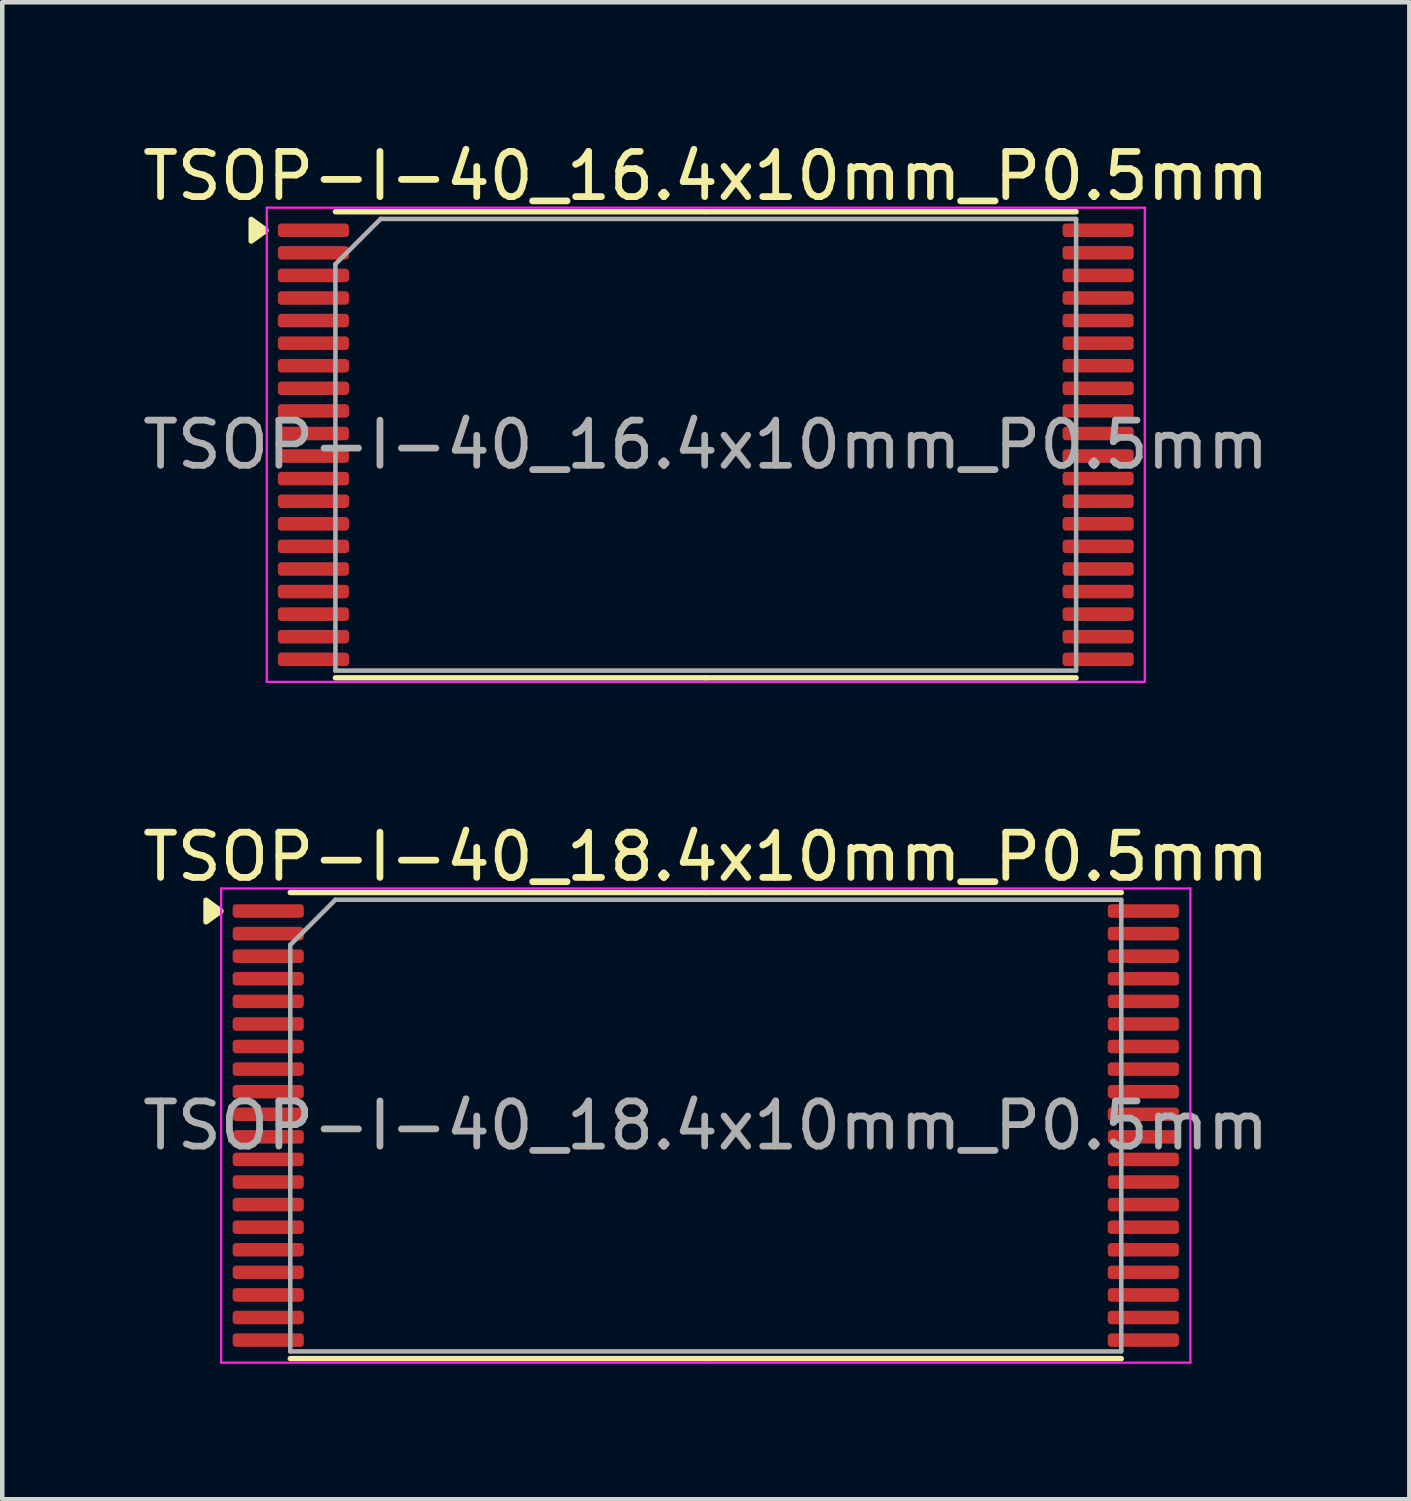
<source format=kicad_pcb>
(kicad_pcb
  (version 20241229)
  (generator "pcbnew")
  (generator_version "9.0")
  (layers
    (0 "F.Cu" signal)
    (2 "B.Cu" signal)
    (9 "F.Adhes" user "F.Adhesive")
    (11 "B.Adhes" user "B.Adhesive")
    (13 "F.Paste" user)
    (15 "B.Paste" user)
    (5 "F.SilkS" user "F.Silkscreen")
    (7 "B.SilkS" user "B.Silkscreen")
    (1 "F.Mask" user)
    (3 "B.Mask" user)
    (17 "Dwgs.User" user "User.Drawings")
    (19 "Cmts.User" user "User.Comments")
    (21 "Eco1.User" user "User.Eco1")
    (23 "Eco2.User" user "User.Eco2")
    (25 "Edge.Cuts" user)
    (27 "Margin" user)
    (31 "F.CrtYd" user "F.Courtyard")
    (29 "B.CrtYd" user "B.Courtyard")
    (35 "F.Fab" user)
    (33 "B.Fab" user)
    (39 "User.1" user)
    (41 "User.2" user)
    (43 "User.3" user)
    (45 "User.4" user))
  (footprint "TSOP-I-40_16.4x10mm_P0.5mm"
    (layer "F.Cu")
    (at 12.577 6.798)
    (property "Reference" "TSOP-I-40_16.4x10mm_P0.5mm" (at 0 -5.95 0) (layer "F.SilkS") (effects (font (size 1 1) (thickness 0.15))))
    (attr smd)
    (fp_line (start 0 -5.16) (end -8.2 -5.16) (stroke (width 0.12) (type solid)) (layer "F.SilkS"))
    (fp_line (start 0 -5.16) (end 8.2 -5.16) (stroke (width 0.12) (type solid)) (layer "F.SilkS"))
    (fp_line (start 0 5.16) (end -8.2 5.16) (stroke (width 0.12) (type solid)) (layer "F.SilkS"))
    (fp_line (start 0 5.16) (end 8.2 5.16) (stroke (width 0.12) (type solid)) (layer "F.SilkS"))
    (fp_poly (pts (xy -9.735 -4.75) (xy -10.065 -4.51) (xy -10.065 -4.99) (xy -9.735 -4.75)) (stroke (width 0.12) (type solid)) (fill yes) (layer "F.SilkS"))
    (fp_line (start -9.72 -5.25) (end -9.72 5.25) (stroke (width 0.05) (type solid)) (layer "F.CrtYd"))
    (fp_line (start -9.72 5.25) (end 9.72 5.25) (stroke (width 0.05) (type solid)) (layer "F.CrtYd"))
    (fp_line (start 9.72 -5.25) (end -9.72 -5.25) (stroke (width 0.05) (type solid)) (layer "F.CrtYd"))
    (fp_line (start 9.72 5.25) (end 9.72 -5.25) (stroke (width 0.05) (type solid)) (layer "F.CrtYd"))
    (fp_line (start -8.2 -4) (end -7.2 -5) (stroke (width 0.1) (type solid)) (layer "F.Fab"))
    (fp_line (start -8.2 5) (end -8.2 -4) (stroke (width 0.1) (type solid)) (layer "F.Fab"))
    (fp_line (start -7.2 -5) (end 8.2 -5) (stroke (width 0.1) (type solid)) (layer "F.Fab"))
    (fp_line (start 8.2 -5) (end 8.2 5) (stroke (width 0.1) (type solid)) (layer "F.Fab"))
    (fp_line (start 8.2 5) (end -8.2 5) (stroke (width 0.1) (type solid)) (layer "F.Fab"))
    (fp_text user "${REFERENCE}" (at 0 0 0) (layer "F.Fab") (effects (font (size 1 1) (thickness 0.15))))
    (pad "1" smd roundrect (at -8.688 -4.75) (size 1.575 0.3) (layers "F.Cu" "F.Mask" "F.Paste") (roundrect_rratio 0.25))
    (pad "2" smd roundrect (at -8.688 -4.25) (size 1.575 0.3) (layers "F.Cu" "F.Mask" "F.Paste") (roundrect_rratio 0.25))
    (pad "3" smd roundrect (at -8.688 -3.75) (size 1.575 0.3) (layers "F.Cu" "F.Mask" "F.Paste") (roundrect_rratio 0.25))
    (pad "4" smd roundrect (at -8.688 -3.25) (size 1.575 0.3) (layers "F.Cu" "F.Mask" "F.Paste") (roundrect_rratio 0.25))
    (pad "5" smd roundrect (at -8.688 -2.75) (size 1.575 0.3) (layers "F.Cu" "F.Mask" "F.Paste") (roundrect_rratio 0.25))
    (pad "6" smd roundrect (at -8.688 -2.25) (size 1.575 0.3) (layers "F.Cu" "F.Mask" "F.Paste") (roundrect_rratio 0.25))
    (pad "7" smd roundrect (at -8.688 -1.75) (size 1.575 0.3) (layers "F.Cu" "F.Mask" "F.Paste") (roundrect_rratio 0.25))
    (pad "8" smd roundrect (at -8.688 -1.25) (size 1.575 0.3) (layers "F.Cu" "F.Mask" "F.Paste") (roundrect_rratio 0.25))
    (pad "9" smd roundrect (at -8.688 -0.75) (size 1.575 0.3) (layers "F.Cu" "F.Mask" "F.Paste") (roundrect_rratio 0.25))
    (pad "10" smd roundrect (at -8.688 -0.25) (size 1.575 0.3) (layers "F.Cu" "F.Mask" "F.Paste") (roundrect_rratio 0.25))
    (pad "11" smd roundrect (at -8.688 0.25) (size 1.575 0.3) (layers "F.Cu" "F.Mask" "F.Paste") (roundrect_rratio 0.25))
    (pad "12" smd roundrect (at -8.688 0.75) (size 1.575 0.3) (layers "F.Cu" "F.Mask" "F.Paste") (roundrect_rratio 0.25))
    (pad "13" smd roundrect (at -8.688 1.25) (size 1.575 0.3) (layers "F.Cu" "F.Mask" "F.Paste") (roundrect_rratio 0.25))
    (pad "14" smd roundrect (at -8.688 1.75) (size 1.575 0.3) (layers "F.Cu" "F.Mask" "F.Paste") (roundrect_rratio 0.25))
    (pad "15" smd roundrect (at -8.688 2.25) (size 1.575 0.3) (layers "F.Cu" "F.Mask" "F.Paste") (roundrect_rratio 0.25))
    (pad "16" smd roundrect (at -8.688 2.75) (size 1.575 0.3) (layers "F.Cu" "F.Mask" "F.Paste") (roundrect_rratio 0.25))
    (pad "17" smd roundrect (at -8.688 3.25) (size 1.575 0.3) (layers "F.Cu" "F.Mask" "F.Paste") (roundrect_rratio 0.25))
    (pad "18" smd roundrect (at -8.688 3.75) (size 1.575 0.3) (layers "F.Cu" "F.Mask" "F.Paste") (roundrect_rratio 0.25))
    (pad "19" smd roundrect (at -8.688 4.25) (size 1.575 0.3) (layers "F.Cu" "F.Mask" "F.Paste") (roundrect_rratio 0.25))
    (pad "20" smd roundrect (at -8.688 4.75) (size 1.575 0.3) (layers "F.Cu" "F.Mask" "F.Paste") (roundrect_rratio 0.25))
    (pad "21" smd roundrect (at 8.688 4.75) (size 1.575 0.3) (layers "F.Cu" "F.Mask" "F.Paste") (roundrect_rratio 0.25))
    (pad "22" smd roundrect (at 8.688 4.25) (size 1.575 0.3) (layers "F.Cu" "F.Mask" "F.Paste") (roundrect_rratio 0.25))
    (pad "23" smd roundrect (at 8.688 3.75) (size 1.575 0.3) (layers "F.Cu" "F.Mask" "F.Paste") (roundrect_rratio 0.25))
    (pad "24" smd roundrect (at 8.688 3.25) (size 1.575 0.3) (layers "F.Cu" "F.Mask" "F.Paste") (roundrect_rratio 0.25))
    (pad "25" smd roundrect (at 8.688 2.75) (size 1.575 0.3) (layers "F.Cu" "F.Mask" "F.Paste") (roundrect_rratio 0.25))
    (pad "26" smd roundrect (at 8.688 2.25) (size 1.575 0.3) (layers "F.Cu" "F.Mask" "F.Paste") (roundrect_rratio 0.25))
    (pad "27" smd roundrect (at 8.688 1.75) (size 1.575 0.3) (layers "F.Cu" "F.Mask" "F.Paste") (roundrect_rratio 0.25))
    (pad "28" smd roundrect (at 8.688 1.25) (size 1.575 0.3) (layers "F.Cu" "F.Mask" "F.Paste") (roundrect_rratio 0.25))
    (pad "29" smd roundrect (at 8.688 0.75) (size 1.575 0.3) (layers "F.Cu" "F.Mask" "F.Paste") (roundrect_rratio 0.25))
    (pad "30" smd roundrect (at 8.688 0.25) (size 1.575 0.3) (layers "F.Cu" "F.Mask" "F.Paste") (roundrect_rratio 0.25))
    (pad "31" smd roundrect (at 8.688 -0.25) (size 1.575 0.3) (layers "F.Cu" "F.Mask" "F.Paste") (roundrect_rratio 0.25))
    (pad "32" smd roundrect (at 8.688 -0.75) (size 1.575 0.3) (layers "F.Cu" "F.Mask" "F.Paste") (roundrect_rratio 0.25))
    (pad "33" smd roundrect (at 8.688 -1.25) (size 1.575 0.3) (layers "F.Cu" "F.Mask" "F.Paste") (roundrect_rratio 0.25))
    (pad "34" smd roundrect (at 8.688 -1.75) (size 1.575 0.3) (layers "F.Cu" "F.Mask" "F.Paste") (roundrect_rratio 0.25))
    (pad "35" smd roundrect (at 8.688 -2.25) (size 1.575 0.3) (layers "F.Cu" "F.Mask" "F.Paste") (roundrect_rratio 0.25))
    (pad "36" smd roundrect (at 8.688 -2.75) (size 1.575 0.3) (layers "F.Cu" "F.Mask" "F.Paste") (roundrect_rratio 0.25))
    (pad "37" smd roundrect (at 8.688 -3.25) (size 1.575 0.3) (layers "F.Cu" "F.Mask" "F.Paste") (roundrect_rratio 0.25))
    (pad "38" smd roundrect (at 8.688 -3.75) (size 1.575 0.3) (layers "F.Cu" "F.Mask" "F.Paste") (roundrect_rratio 0.25))
    (pad "39" smd roundrect (at 8.688 -4.25) (size 1.575 0.3) (layers "F.Cu" "F.Mask" "F.Paste") (roundrect_rratio 0.25))
    (pad "40" smd roundrect (at 8.688 -4.75) (size 1.575 0.3) (layers "F.Cu" "F.Mask" "F.Paste") (roundrect_rratio 0.25)))
  (footprint "TSOP-I-40_18.4x10mm_P0.5mm"
    (layer "F.Cu")
    (at 12.577 21.872)
    (property "Reference" "TSOP-I-40_18.4x10mm_P0.5mm" (at 0 -5.95 0) (layer "F.SilkS") (effects (font (size 1 1) (thickness 0.15))))
    (attr smd)
    (fp_line (start 0 -5.16) (end -9.2 -5.16) (stroke (width 0.12) (type solid)) (layer "F.SilkS"))
    (fp_line (start 0 -5.16) (end 9.2 -5.16) (stroke (width 0.12) (type solid)) (layer "F.SilkS"))
    (fp_line (start 0 5.16) (end -9.2 5.16) (stroke (width 0.12) (type solid)) (layer "F.SilkS"))
    (fp_line (start 0 5.16) (end 9.2 5.16) (stroke (width 0.12) (type solid)) (layer "F.SilkS"))
    (fp_poly (pts (xy -10.735 -4.75) (xy -11.065 -4.51) (xy -11.065 -4.99) (xy -10.735 -4.75)) (stroke (width 0.12) (type solid)) (fill yes) (layer "F.SilkS"))
    (fp_line (start -10.73 -5.25) (end -10.73 5.25) (stroke (width 0.05) (type solid)) (layer "F.CrtYd"))
    (fp_line (start -10.73 5.25) (end 10.73 5.25) (stroke (width 0.05) (type solid)) (layer "F.CrtYd"))
    (fp_line (start 10.73 -5.25) (end -10.73 -5.25) (stroke (width 0.05) (type solid)) (layer "F.CrtYd"))
    (fp_line (start 10.73 5.25) (end 10.73 -5.25) (stroke (width 0.05) (type solid)) (layer "F.CrtYd"))
    (fp_line (start -9.2 -4) (end -8.2 -5) (stroke (width 0.1) (type solid)) (layer "F.Fab"))
    (fp_line (start -9.2 5) (end -9.2 -4) (stroke (width 0.1) (type solid)) (layer "F.Fab"))
    (fp_line (start -8.2 -5) (end 9.2 -5) (stroke (width 0.1) (type solid)) (layer "F.Fab"))
    (fp_line (start 9.2 -5) (end 9.2 5) (stroke (width 0.1) (type solid)) (layer "F.Fab"))
    (fp_line (start 9.2 5) (end -9.2 5) (stroke (width 0.1) (type solid)) (layer "F.Fab"))
    (fp_text user "${REFERENCE}" (at 0 0 0) (layer "F.Fab") (effects (font (size 1 1) (thickness 0.15))))
    (pad "1" smd roundrect (at -9.688 -4.75) (size 1.575 0.3) (layers "F.Cu" "F.Mask" "F.Paste") (roundrect_rratio 0.25))
    (pad "2" smd roundrect (at -9.688 -4.25) (size 1.575 0.3) (layers "F.Cu" "F.Mask" "F.Paste") (roundrect_rratio 0.25))
    (pad "3" smd roundrect (at -9.688 -3.75) (size 1.575 0.3) (layers "F.Cu" "F.Mask" "F.Paste") (roundrect_rratio 0.25))
    (pad "4" smd roundrect (at -9.688 -3.25) (size 1.575 0.3) (layers "F.Cu" "F.Mask" "F.Paste") (roundrect_rratio 0.25))
    (pad "5" smd roundrect (at -9.688 -2.75) (size 1.575 0.3) (layers "F.Cu" "F.Mask" "F.Paste") (roundrect_rratio 0.25))
    (pad "6" smd roundrect (at -9.688 -2.25) (size 1.575 0.3) (layers "F.Cu" "F.Mask" "F.Paste") (roundrect_rratio 0.25))
    (pad "7" smd roundrect (at -9.688 -1.75) (size 1.575 0.3) (layers "F.Cu" "F.Mask" "F.Paste") (roundrect_rratio 0.25))
    (pad "8" smd roundrect (at -9.688 -1.25) (size 1.575 0.3) (layers "F.Cu" "F.Mask" "F.Paste") (roundrect_rratio 0.25))
    (pad "9" smd roundrect (at -9.688 -0.75) (size 1.575 0.3) (layers "F.Cu" "F.Mask" "F.Paste") (roundrect_rratio 0.25))
    (pad "10" smd roundrect (at -9.688 -0.25) (size 1.575 0.3) (layers "F.Cu" "F.Mask" "F.Paste") (roundrect_rratio 0.25))
    (pad "11" smd roundrect (at -9.688 0.25) (size 1.575 0.3) (layers "F.Cu" "F.Mask" "F.Paste") (roundrect_rratio 0.25))
    (pad "12" smd roundrect (at -9.688 0.75) (size 1.575 0.3) (layers "F.Cu" "F.Mask" "F.Paste") (roundrect_rratio 0.25))
    (pad "13" smd roundrect (at -9.688 1.25) (size 1.575 0.3) (layers "F.Cu" "F.Mask" "F.Paste") (roundrect_rratio 0.25))
    (pad "14" smd roundrect (at -9.688 1.75) (size 1.575 0.3) (layers "F.Cu" "F.Mask" "F.Paste") (roundrect_rratio 0.25))
    (pad "15" smd roundrect (at -9.688 2.25) (size 1.575 0.3) (layers "F.Cu" "F.Mask" "F.Paste") (roundrect_rratio 0.25))
    (pad "16" smd roundrect (at -9.688 2.75) (size 1.575 0.3) (layers "F.Cu" "F.Mask" "F.Paste") (roundrect_rratio 0.25))
    (pad "17" smd roundrect (at -9.688 3.25) (size 1.575 0.3) (layers "F.Cu" "F.Mask" "F.Paste") (roundrect_rratio 0.25))
    (pad "18" smd roundrect (at -9.688 3.75) (size 1.575 0.3) (layers "F.Cu" "F.Mask" "F.Paste") (roundrect_rratio 0.25))
    (pad "19" smd roundrect (at -9.688 4.25) (size 1.575 0.3) (layers "F.Cu" "F.Mask" "F.Paste") (roundrect_rratio 0.25))
    (pad "20" smd roundrect (at -9.688 4.75) (size 1.575 0.3) (layers "F.Cu" "F.Mask" "F.Paste") (roundrect_rratio 0.25))
    (pad "21" smd roundrect (at 9.688 4.75) (size 1.575 0.3) (layers "F.Cu" "F.Mask" "F.Paste") (roundrect_rratio 0.25))
    (pad "22" smd roundrect (at 9.688 4.25) (size 1.575 0.3) (layers "F.Cu" "F.Mask" "F.Paste") (roundrect_rratio 0.25))
    (pad "23" smd roundrect (at 9.688 3.75) (size 1.575 0.3) (layers "F.Cu" "F.Mask" "F.Paste") (roundrect_rratio 0.25))
    (pad "24" smd roundrect (at 9.688 3.25) (size 1.575 0.3) (layers "F.Cu" "F.Mask" "F.Paste") (roundrect_rratio 0.25))
    (pad "25" smd roundrect (at 9.688 2.75) (size 1.575 0.3) (layers "F.Cu" "F.Mask" "F.Paste") (roundrect_rratio 0.25))
    (pad "26" smd roundrect (at 9.688 2.25) (size 1.575 0.3) (layers "F.Cu" "F.Mask" "F.Paste") (roundrect_rratio 0.25))
    (pad "27" smd roundrect (at 9.688 1.75) (size 1.575 0.3) (layers "F.Cu" "F.Mask" "F.Paste") (roundrect_rratio 0.25))
    (pad "28" smd roundrect (at 9.688 1.25) (size 1.575 0.3) (layers "F.Cu" "F.Mask" "F.Paste") (roundrect_rratio 0.25))
    (pad "29" smd roundrect (at 9.688 0.75) (size 1.575 0.3) (layers "F.Cu" "F.Mask" "F.Paste") (roundrect_rratio 0.25))
    (pad "30" smd roundrect (at 9.688 0.25) (size 1.575 0.3) (layers "F.Cu" "F.Mask" "F.Paste") (roundrect_rratio 0.25))
    (pad "31" smd roundrect (at 9.688 -0.25) (size 1.575 0.3) (layers "F.Cu" "F.Mask" "F.Paste") (roundrect_rratio 0.25))
    (pad "32" smd roundrect (at 9.688 -0.75) (size 1.575 0.3) (layers "F.Cu" "F.Mask" "F.Paste") (roundrect_rratio 0.25))
    (pad "33" smd roundrect (at 9.688 -1.25) (size 1.575 0.3) (layers "F.Cu" "F.Mask" "F.Paste") (roundrect_rratio 0.25))
    (pad "34" smd roundrect (at 9.688 -1.75) (size 1.575 0.3) (layers "F.Cu" "F.Mask" "F.Paste") (roundrect_rratio 0.25))
    (pad "35" smd roundrect (at 9.688 -2.25) (size 1.575 0.3) (layers "F.Cu" "F.Mask" "F.Paste") (roundrect_rratio 0.25))
    (pad "36" smd roundrect (at 9.688 -2.75) (size 1.575 0.3) (layers "F.Cu" "F.Mask" "F.Paste") (roundrect_rratio 0.25))
    (pad "37" smd roundrect (at 9.688 -3.25) (size 1.575 0.3) (layers "F.Cu" "F.Mask" "F.Paste") (roundrect_rratio 0.25))
    (pad "38" smd roundrect (at 9.688 -3.75) (size 1.575 0.3) (layers "F.Cu" "F.Mask" "F.Paste") (roundrect_rratio 0.25))
    (pad "39" smd roundrect (at 9.688 -4.25) (size 1.575 0.3) (layers "F.Cu" "F.Mask" "F.Paste") (roundrect_rratio 0.25))
    (pad "40" smd roundrect (at 9.688 -4.75) (size 1.575 0.3) (layers "F.Cu" "F.Mask" "F.Paste") (roundrect_rratio 0.25)))
  (gr_rect
    (start -3 -3)
    (end 28.155 30.146)
    (stroke (width 0.1) (type default))
    (fill no)
    (layer "Edge.Cuts")))
</source>
